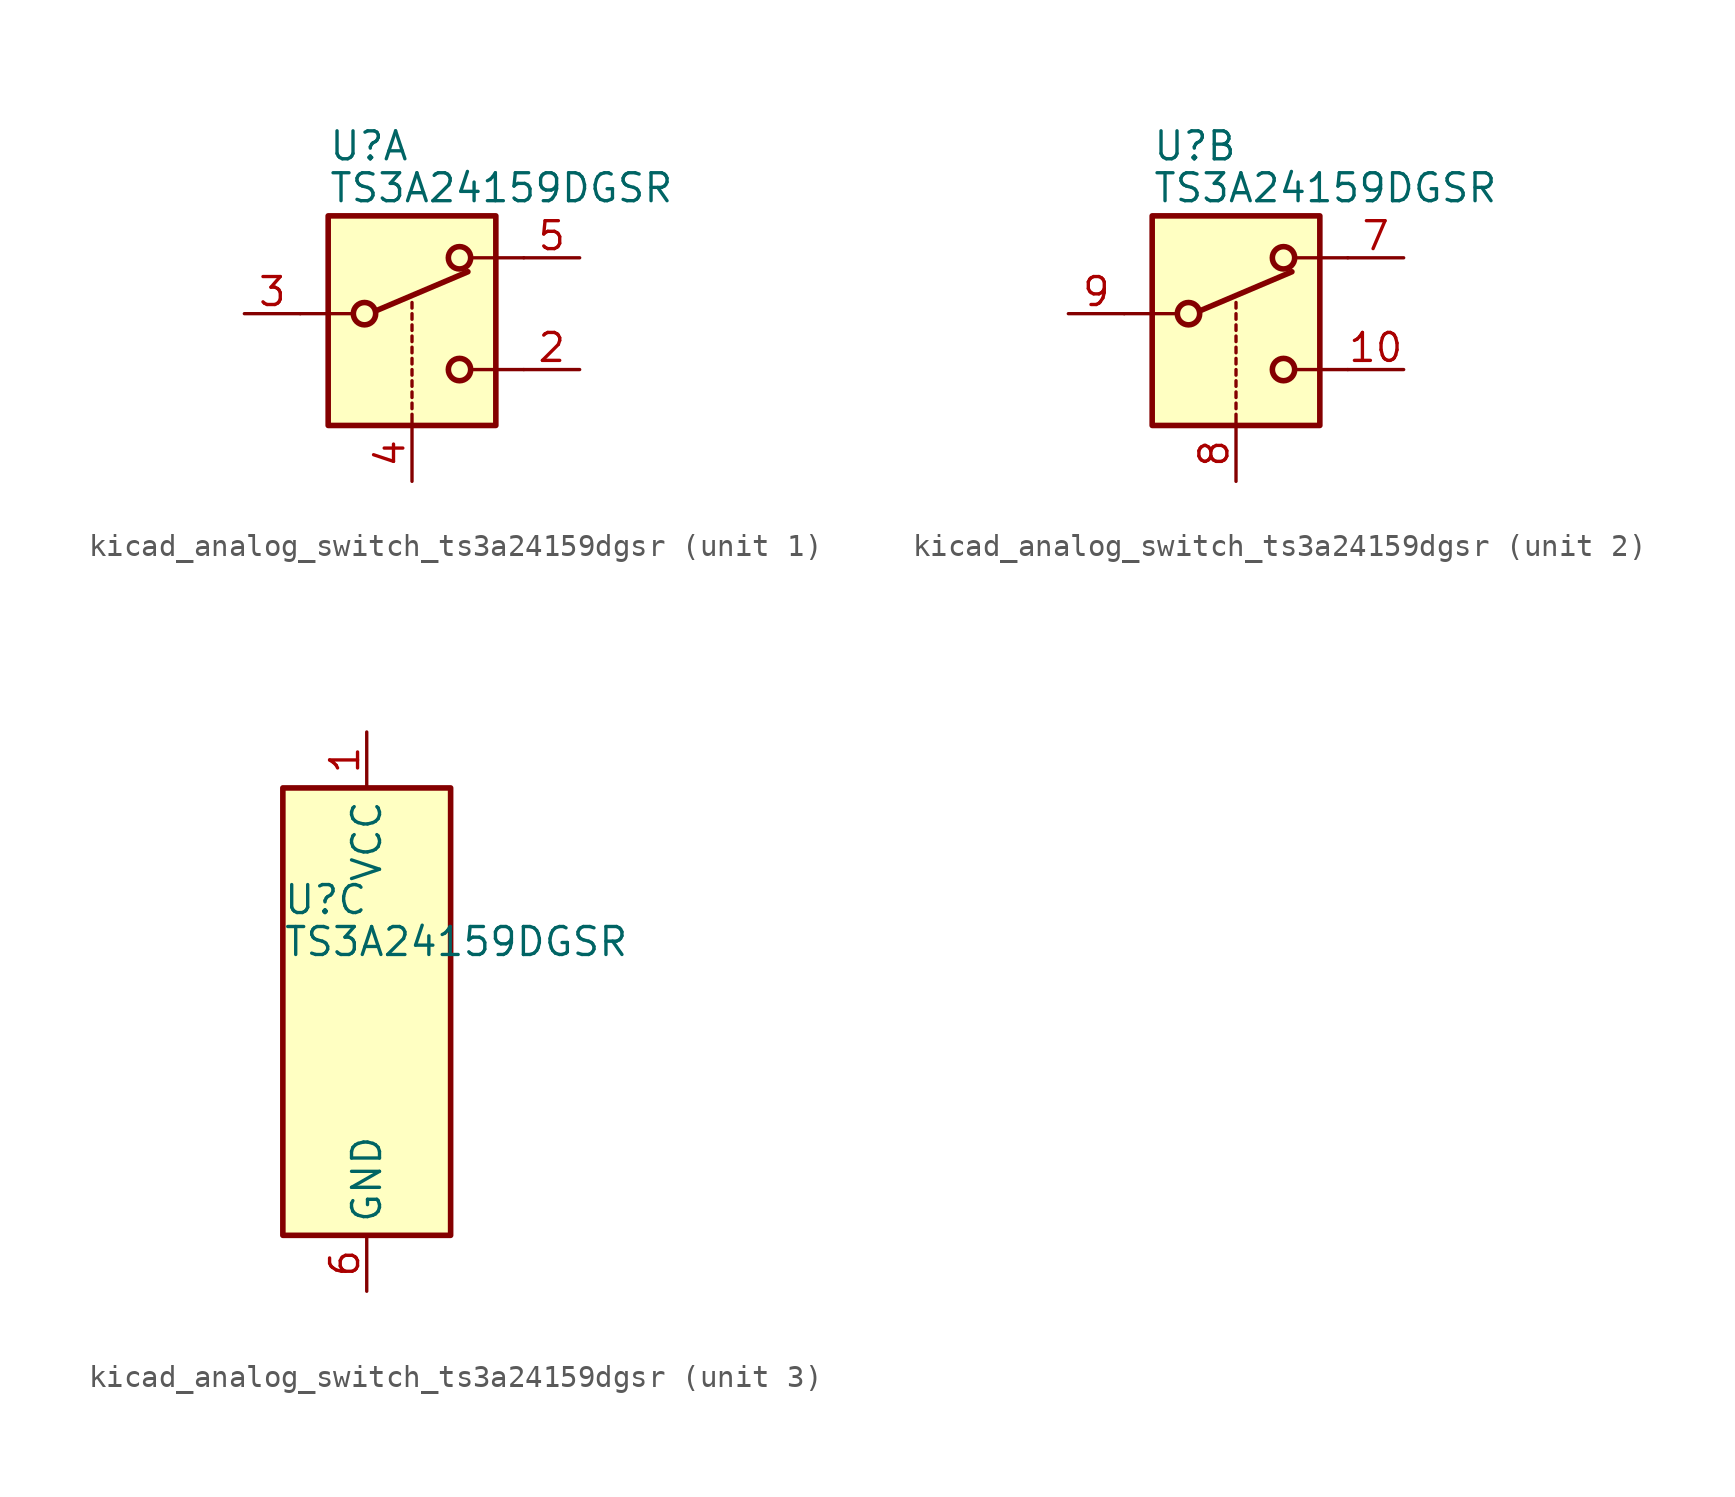
<source format=kicad_sym>
(kicad_symbol_lib
  (version 20220914)
  (generator kicad_symbol_editor)
  (symbol "kicad_analog_switch_ts3a24159dgsr"
    (property "Reference" "U"
      (at -3.81 5.08 0)
      (effects (font (size 1.27 1.27)) (justify left)))
    (property "Value" "TS3A24159DGSR"
      (at -3.81 3.175 0)
      (effects (font (size 1.27 1.27)) (justify left)))
    (property "ki_locked" ""
      (at 0 0 0)
      (effects (font (size 1.27 1.27))))
    (symbol "kicad_analog_switch_ts3a24159dgsr_1_1"
      (rectangle (start -3.81 1.905) (end 3.81 -7.62) (stroke (width 0.254) (type default)) (fill (type background)))
      (circle (center -2.159 -2.54) (radius 0.508) (stroke (width 0.254) (type default)) (fill (type none)))
      (polyline (pts (xy -5.08 -2.54) (xy -2.794 -2.54)) (stroke (width 0) (type default)) (fill (type none)))
      (polyline (pts (xy -1.651 -2.413) (xy 2.54 -0.635)) (stroke (width 0.254) (type default)) (fill (type none)))
      (polyline (pts (xy 0 -7.62) (xy 0 -7.112)) (stroke (width 0) (type default)) (fill (type none)))
      (polyline (pts (xy 0 -6.858) (xy 0 -6.604)) (stroke (width 0) (type default)) (fill (type none)))
      (polyline (pts (xy 0 -6.35) (xy 0 -6.096)) (stroke (width 0) (type default)) (fill (type none)))
      (polyline (pts (xy 0 -5.842) (xy 0 -5.588)) (stroke (width 0) (type default)) (fill (type none)))
      (polyline (pts (xy 0 -5.334) (xy 0 -5.08)) (stroke (width 0) (type default)) (fill (type none)))
      (polyline (pts (xy 0 -4.826) (xy 0 -4.572)) (stroke (width 0) (type default)) (fill (type none)))
      (polyline (pts (xy 0 -4.318) (xy 0 -4.064)) (stroke (width 0) (type default)) (fill (type none)))
      (polyline (pts (xy 0 -3.81) (xy 0 -3.556)) (stroke (width 0) (type default)) (fill (type none)))
      (polyline (pts (xy 0 -3.302) (xy 0 -3.048)) (stroke (width 0) (type default)) (fill (type none)))
      (polyline (pts (xy 0 -2.794) (xy 0 -2.54)) (stroke (width 0) (type default)) (fill (type none)))
      (polyline (pts (xy 0 -2.286) (xy 0 -2.032)) (stroke (width 0) (type default)) (fill (type none)))
      (polyline (pts (xy 5.08 -5.08) (xy 2.794 -5.08)) (stroke (width 0) (type default)) (fill (type none)))
      (polyline (pts (xy 5.08 0) (xy 2.794 0)) (stroke (width 0) (type default)) (fill (type none)))
      (circle (center 2.159 -5.08) (radius 0.508) (stroke (width 0.254) (type default)) (fill (type none)))
      (circle (center 2.159 0) (radius 0.508) (stroke (width 0.254) (type default)) (fill (type none)))
      (pin passive line (at 7.62 -5.08 180) (length 2.54) (name "~" (effects (font (size 1.27 1.27)))) (number "2" (effects (font (size 1.27 1.27)))))
      (pin passive line (at -7.62 -2.54 0) (length 2.54) (name "~" (effects (font (size 1.27 1.27)))) (number "3" (effects (font (size 1.27 1.27)))))
      (pin input line (at 0 -10.16 90) (length 2.54) (name "~" (effects (font (size 1.27 1.27)))) (number "4" (effects (font (size 1.27 1.27)))))
      (pin passive line (at 7.62 0 180) (length 2.54) (name "~" (effects (font (size 1.27 1.27)))) (number "5" (effects (font (size 1.27 1.27))))))
    (symbol "kicad_analog_switch_ts3a24159dgsr_2_1"
      (rectangle (start -3.81 1.905) (end 3.81 -7.62) (stroke (width 0.254) (type default)) (fill (type background)))
      (circle (center -2.159 -2.54) (radius 0.508) (stroke (width 0.254) (type default)) (fill (type none)))
      (polyline (pts (xy -5.08 -2.54) (xy -2.794 -2.54)) (stroke (width 0) (type default)) (fill (type none)))
      (polyline (pts (xy -1.651 -2.413) (xy 2.54 -0.635)) (stroke (width 0.254) (type default)) (fill (type none)))
      (polyline (pts (xy 0 -7.62) (xy 0 -7.112)) (stroke (width 0) (type default)) (fill (type none)))
      (polyline (pts (xy 0 -6.858) (xy 0 -6.604)) (stroke (width 0) (type default)) (fill (type none)))
      (polyline (pts (xy 0 -6.35) (xy 0 -6.096)) (stroke (width 0) (type default)) (fill (type none)))
      (polyline (pts (xy 0 -5.842) (xy 0 -5.588)) (stroke (width 0) (type default)) (fill (type none)))
      (polyline (pts (xy 0 -5.334) (xy 0 -5.08)) (stroke (width 0) (type default)) (fill (type none)))
      (polyline (pts (xy 0 -4.826) (xy 0 -4.572)) (stroke (width 0) (type default)) (fill (type none)))
      (polyline (pts (xy 0 -4.318) (xy 0 -4.064)) (stroke (width 0) (type default)) (fill (type none)))
      (polyline (pts (xy 0 -3.81) (xy 0 -3.556)) (stroke (width 0) (type default)) (fill (type none)))
      (polyline (pts (xy 0 -3.302) (xy 0 -3.048)) (stroke (width 0) (type default)) (fill (type none)))
      (polyline (pts (xy 0 -2.794) (xy 0 -2.54)) (stroke (width 0) (type default)) (fill (type none)))
      (polyline (pts (xy 0 -2.286) (xy 0 -2.032)) (stroke (width 0) (type default)) (fill (type none)))
      (polyline (pts (xy 5.08 -5.08) (xy 2.794 -5.08)) (stroke (width 0) (type default)) (fill (type none)))
      (polyline (pts (xy 5.08 0) (xy 2.794 0)) (stroke (width 0) (type default)) (fill (type none)))
      (circle (center 2.159 -5.08) (radius 0.508) (stroke (width 0.254) (type default)) (fill (type none)))
      (circle (center 2.159 0) (radius 0.508) (stroke (width 0.254) (type default)) (fill (type none)))
      (pin passive line (at 7.62 -5.08 180) (length 2.54) (name "~" (effects (font (size 1.27 1.27)))) (number "10" (effects (font (size 1.27 1.27)))))
      (pin passive line (at 7.62 0 180) (length 2.54) (name "~" (effects (font (size 1.27 1.27)))) (number "7" (effects (font (size 1.27 1.27)))))
      (pin input line (at 0 -10.16 90) (length 2.54) (name "~" (effects (font (size 1.27 1.27)))) (number "8" (effects (font (size 1.27 1.27)))))
      (pin passive line (at -7.62 -2.54 0) (length 2.54) (name "~" (effects (font (size 1.27 1.27)))) (number "9" (effects (font (size 1.27 1.27))))))
    (symbol "kicad_analog_switch_ts3a24159dgsr_3_1"
      (rectangle (start -3.81 10.16) (end 3.81 -10.16) (stroke (width 0.254) (type default)) (fill (type background)))
      (pin power_in line (at 0 12.7 270) (length 2.54) (name "VCC" (effects (font (size 1.27 1.27)))) (number "1" (effects (font (size 1.27 1.27)))))
      (pin power_in line (at 0 -12.7 90) (length 2.54) (name "GND" (effects (font (size 1.27 1.27)))) (number "6" (effects (font (size 1.27 1.27))))))))
</source>
